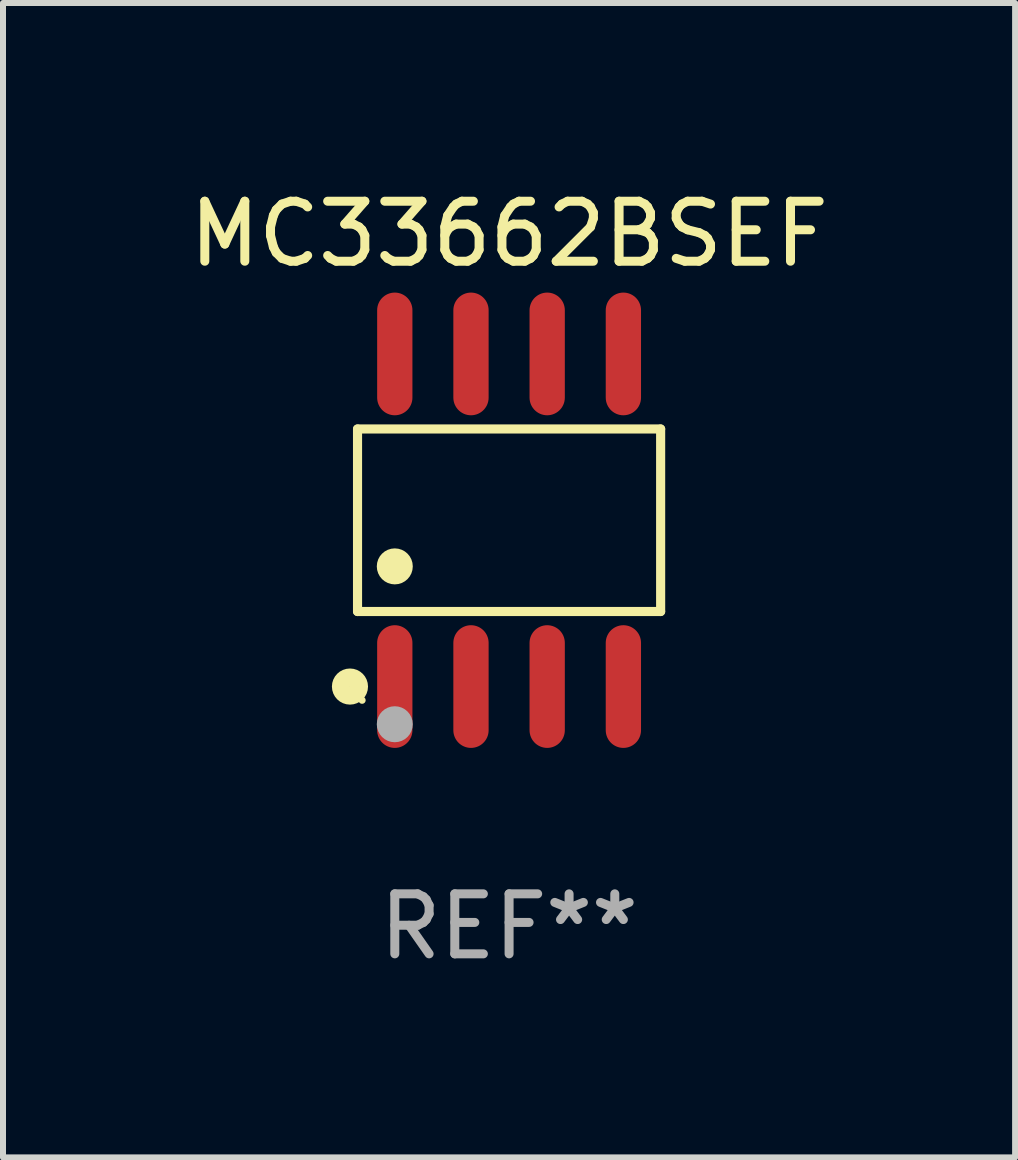
<source format=kicad_pcb>
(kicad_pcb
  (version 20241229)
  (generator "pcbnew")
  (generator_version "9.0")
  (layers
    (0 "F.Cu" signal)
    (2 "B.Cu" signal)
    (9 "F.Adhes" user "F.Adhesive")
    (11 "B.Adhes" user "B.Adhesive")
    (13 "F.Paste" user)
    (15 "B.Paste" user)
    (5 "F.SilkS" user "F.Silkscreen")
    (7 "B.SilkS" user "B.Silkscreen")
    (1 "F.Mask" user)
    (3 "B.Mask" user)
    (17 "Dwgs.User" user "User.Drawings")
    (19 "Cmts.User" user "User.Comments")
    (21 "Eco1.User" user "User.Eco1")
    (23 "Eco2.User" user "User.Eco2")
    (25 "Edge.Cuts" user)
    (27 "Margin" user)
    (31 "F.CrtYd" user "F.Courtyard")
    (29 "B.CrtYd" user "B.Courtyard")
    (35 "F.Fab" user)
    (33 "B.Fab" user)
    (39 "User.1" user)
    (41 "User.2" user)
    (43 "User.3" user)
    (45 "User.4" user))
  (footprint "MC33662BSEF"
    (layer "F.Cu")
    (at 5.435 5.621)
    (property "Reference" "MC33662BSEF" (at 0 -4.772 0) (layer "F.SilkS") (effects (font (size 1 1) (thickness 0.15))))
    (attr through_hole)
    (fp_line (start -2.526 -1.521) (end 2.526 -1.521) (stroke (width 0.152) (type solid)) (layer "F.SilkS"))
    (fp_line (start -2.526 1.521) (end -2.526 -1.521) (stroke (width 0.152) (type solid)) (layer "F.SilkS"))
    (fp_line (start 2.526 -1.521) (end 2.526 1.521) (stroke (width 0.152) (type solid)) (layer "F.SilkS"))
    (fp_line (start 2.526 1.521) (end -2.526 1.521) (stroke (width 0.152) (type solid)) (layer "F.SilkS"))
    (fp_circle (center -2.652 2.772) (end -2.501 2.772) (stroke (width 0.3) (type solid)) (fill no) (layer "F.SilkS"))
    (fp_circle (center -2.45 3) (end -2.42 3) (stroke (width 0.06) (type solid)) (fill no) (layer "F.SilkS"))
    (fp_circle (center -1.905 0.769) (end -1.755 0.769) (stroke (width 0.3) (type solid)) (fill no) (layer "F.SilkS"))
    (fp_circle (center -1.905 3.4) (end -1.755 3.4) (stroke (width 0.3) (type solid)) (fill no) (layer "F.Fab"))
    (fp_text user "REF**" (at 0 6.772 0) (layer "F.Fab") (effects (font (size 1 1) (thickness 0.15))))
    (pad "1" smd oval (at -1.905 2.772) (size 0.588 2.045) (layers "F.Cu" "F.Mask" "F.Paste"))
    (pad "2" smd oval (at -0.635 2.772) (size 0.588 2.045) (layers "F.Cu" "F.Mask" "F.Paste"))
    (pad "3" smd oval (at 0.635 2.772) (size 0.588 2.045) (layers "F.Cu" "F.Mask" "F.Paste"))
    (pad "4" smd oval (at 1.905 2.772) (size 0.588 2.045) (layers "F.Cu" "F.Mask" "F.Paste"))
    (pad "5" smd oval (at 1.905 -2.772) (size 0.588 2.045) (layers "F.Cu" "F.Mask" "F.Paste"))
    (pad "6" smd oval (at 0.635 -2.772) (size 0.588 2.045) (layers "F.Cu" "F.Mask" "F.Paste"))
    (pad "7" smd oval (at -0.635 -2.772) (size 0.588 2.045) (layers "F.Cu" "F.Mask" "F.Paste"))
    (pad "8" smd oval (at -1.905 -2.772) (size 0.588 2.045) (layers "F.Cu" "F.Mask" "F.Paste")))
  (gr_rect
    (start -3 -3)
    (end 13.869 16.241)
    (stroke (width 0.1) (type default))
    (fill no)
    (layer "Edge.Cuts")))
</source>
